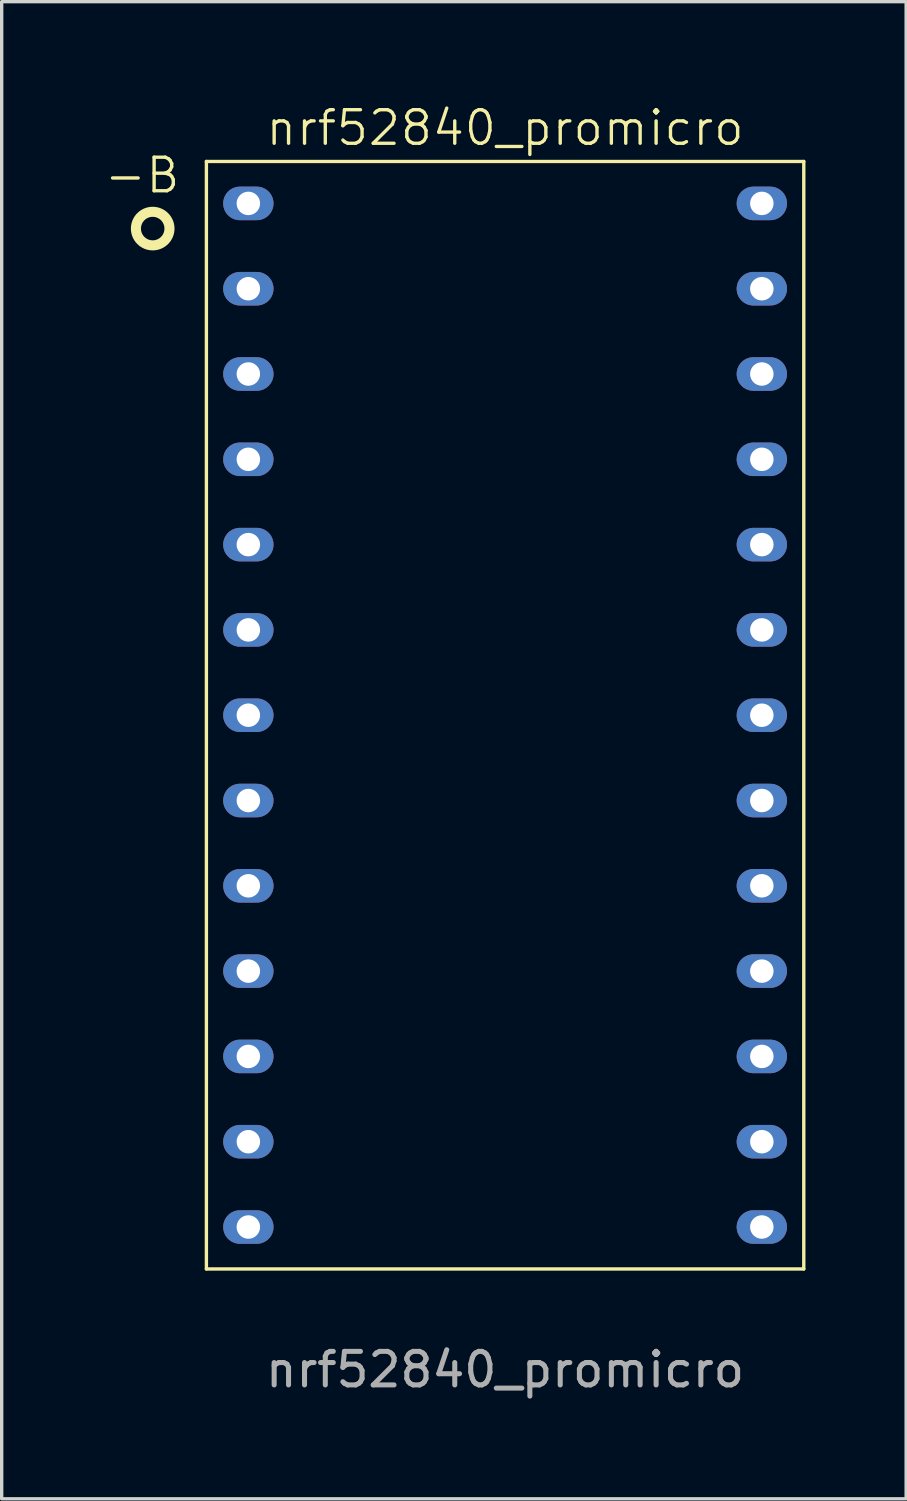
<source format=kicad_pcb>
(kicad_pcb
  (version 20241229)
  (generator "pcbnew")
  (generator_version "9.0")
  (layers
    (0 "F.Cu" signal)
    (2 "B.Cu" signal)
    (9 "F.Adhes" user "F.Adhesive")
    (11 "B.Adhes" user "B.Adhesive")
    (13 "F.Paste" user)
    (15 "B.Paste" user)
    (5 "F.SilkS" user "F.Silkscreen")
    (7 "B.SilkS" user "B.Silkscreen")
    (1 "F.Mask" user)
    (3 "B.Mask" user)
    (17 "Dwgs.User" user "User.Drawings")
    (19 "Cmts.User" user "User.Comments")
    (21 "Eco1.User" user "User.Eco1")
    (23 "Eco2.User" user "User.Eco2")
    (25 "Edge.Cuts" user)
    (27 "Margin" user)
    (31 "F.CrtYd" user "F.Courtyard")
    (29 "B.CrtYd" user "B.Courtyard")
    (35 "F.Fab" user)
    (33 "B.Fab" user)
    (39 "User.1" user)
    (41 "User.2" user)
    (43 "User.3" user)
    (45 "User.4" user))
  (footprint "nrf52840_promicro"
    (layer "F.Cu")
    (at 12 18.261)
    (property "Reference" "nrf52840_promicro" (at 0 -17.5 0) (unlocked yes) (layer "F.SilkS") (effects (font (size 1 1) (thickness 0.1))))
    (attr through_hole)
    (fp_line (start -8.9 -16.5) (end -8.9 16.5) (stroke (width 0.1) (type default)) (layer "F.SilkS"))
    (fp_line (start -8.9 -16.5) (end 8.9 -16.5) (stroke (width 0.1) (type default)) (layer "F.SilkS"))
    (fp_line (start -8.9 16.5) (end 8.9 16.5) (stroke (width 0.1) (type default)) (layer "F.SilkS"))
    (fp_line (start 8.9 -16.5) (end 8.9 16.5) (stroke (width 0.1) (type default)) (layer "F.SilkS"))
    (fp_circle (center -10.5 -14.5) (end -11 -14.5) (stroke (width 0.3) (type default)) (fill no) (layer "F.SilkS"))
    (fp_text user "-B" (at -12 -15.5 0) (unlocked yes) (layer "F.SilkS") (effects (font (size 1 1) (thickness 0.1)) (justify left bottom)))
    (fp_text user "${REFERENCE}" (at 0 19.5 0) (unlocked yes) (layer "F.Fab") (effects (font (size 1 1) (thickness 0.15))))
    (pad "1" thru_hole oval (at -7.65 -15.25) (size 1.5 1) (drill 0.7) (layers "*.Cu" "*.Mask"))
    (pad "2" thru_hole oval (at -7.65 -12.708) (size 1.5 1) (drill 0.7) (layers "*.Cu" "*.Mask"))
    (pad "3" thru_hole oval (at -7.65 -10.167) (size 1.5 1) (drill 0.7) (layers "*.Cu" "*.Mask"))
    (pad "4" thru_hole oval (at -7.65 -7.625) (size 1.5 1) (drill 0.7) (layers "*.Cu" "*.Mask"))
    (pad "5" thru_hole oval (at -7.65 -5.083) (size 1.5 1) (drill 0.7) (layers "*.Cu" "*.Mask"))
    (pad "6" thru_hole oval (at -7.65 -2.542) (size 1.5 1) (drill 0.7) (layers "*.Cu" "*.Mask"))
    (pad "7" thru_hole oval (at -7.65 -0.000004) (size 1.5 1) (drill 0.7) (layers "*.Cu" "*.Mask"))
    (pad "8" thru_hole oval (at -7.65 2.542) (size 1.5 1) (drill 0.7) (layers "*.Cu" "*.Mask"))
    (pad "9" thru_hole oval (at -7.65 5.083) (size 1.5 1) (drill 0.7) (layers "*.Cu" "*.Mask"))
    (pad "10" thru_hole oval (at -7.65 7.625) (size 1.5 1) (drill 0.7) (layers "*.Cu" "*.Mask"))
    (pad "11" thru_hole oval (at -7.65 10.167) (size 1.5 1) (drill 0.7) (layers "*.Cu" "*.Mask"))
    (pad "12" thru_hole oval (at -7.65 12.708) (size 1.5 1) (drill 0.7) (layers "*.Cu" "*.Mask"))
    (pad "13" thru_hole oval (at -7.65 15.25) (size 1.5 1) (drill 0.7) (layers "*.Cu" "*.Mask"))
    (pad "14" thru_hole oval (at 7.65 15.25) (size 1.5 1) (drill 0.7) (layers "*.Cu" "*.Mask"))
    (pad "15" thru_hole oval (at 7.65 12.708) (size 1.5 1) (drill 0.7) (layers "*.Cu" "*.Mask"))
    (pad "16" thru_hole oval (at 7.65 10.167) (size 1.5 1) (drill 0.7) (layers "*.Cu" "*.Mask"))
    (pad "17" thru_hole oval (at 7.65 7.625) (size 1.5 1) (drill 0.7) (layers "*.Cu" "*.Mask"))
    (pad "18" thru_hole oval (at 7.65 5.083) (size 1.5 1) (drill 0.7) (layers "*.Cu" "*.Mask"))
    (pad "19" thru_hole oval (at 7.65 2.542) (size 1.5 1) (drill 0.7) (layers "*.Cu" "*.Mask"))
    (pad "20" thru_hole oval (at 7.65 -0.000004) (size 1.5 1) (drill 0.7) (layers "*.Cu" "*.Mask"))
    (pad "21" thru_hole oval (at 7.65 -2.542) (size 1.5 1) (drill 0.7) (layers "*.Cu" "*.Mask"))
    (pad "22" thru_hole oval (at 7.65 -5.083) (size 1.5 1) (drill 0.7) (layers "*.Cu" "*.Mask"))
    (pad "23" thru_hole oval (at 7.65 -7.625) (size 1.5 1) (drill 0.7) (layers "*.Cu" "*.Mask"))
    (pad "24" thru_hole oval (at 7.65 -10.167) (size 1.5 1) (drill 0.7) (layers "*.Cu" "*.Mask"))
    (pad "25" thru_hole oval (at 7.65 -12.708) (size 1.5 1) (drill 0.7) (layers "*.Cu" "*.Mask"))
    (pad "26" thru_hole oval (at 7.65 -15.25) (size 1.5 1) (drill 0.7) (layers "*.Cu" "*.Mask")))
  (gr_rect
    (start -3 -3)
    (end 23.95 41.609)
    (stroke (width 0.1) (type default))
    (fill no)
    (layer "Edge.Cuts")))
</source>
